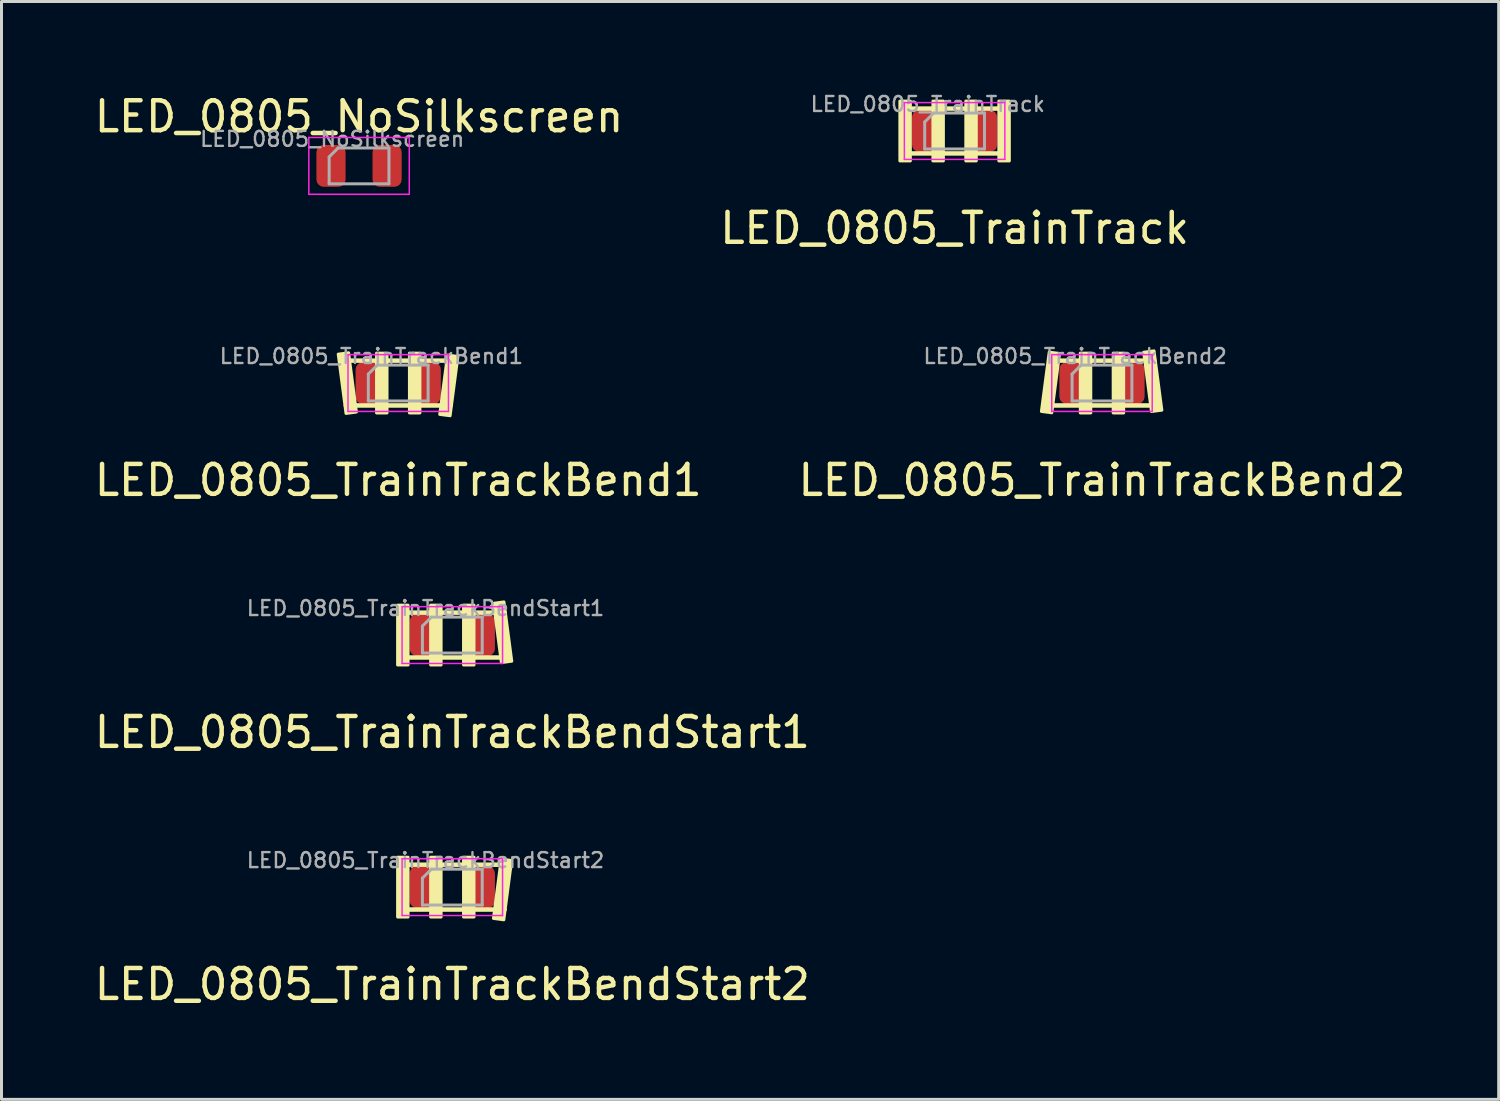
<source format=kicad_pcb>
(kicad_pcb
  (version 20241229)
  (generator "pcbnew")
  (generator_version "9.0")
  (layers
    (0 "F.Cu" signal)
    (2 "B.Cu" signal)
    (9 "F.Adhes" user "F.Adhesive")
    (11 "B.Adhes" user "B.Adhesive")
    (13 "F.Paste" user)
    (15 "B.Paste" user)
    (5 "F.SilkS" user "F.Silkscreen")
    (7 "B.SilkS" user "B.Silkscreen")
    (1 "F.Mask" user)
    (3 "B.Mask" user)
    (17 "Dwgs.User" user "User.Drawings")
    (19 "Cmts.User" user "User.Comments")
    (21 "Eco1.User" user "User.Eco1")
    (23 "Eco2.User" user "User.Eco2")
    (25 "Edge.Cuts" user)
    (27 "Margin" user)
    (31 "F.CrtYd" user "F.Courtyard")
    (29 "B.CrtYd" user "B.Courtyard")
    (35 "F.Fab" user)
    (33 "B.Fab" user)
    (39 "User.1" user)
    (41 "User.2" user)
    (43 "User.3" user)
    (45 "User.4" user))
  (footprint "LED_0805_TrainTrackBend1"
    (layer "F.Cu")
    (at 10.268 9.76)
    (property "Reference" "LED_0805_TrainTrackBend1" (at 0 3.25 0) (layer "F.SilkS") (effects (font (size 1 1) (thickness 0.15))))
    (attr smd)
    (fp_line (start 1.75 -0.75) (end -1.75 -0.75) (stroke (width 0.15) (type default)) (layer "F.SilkS"))
    (fp_line (start 1.75 0.75) (end -1.75 0.75) (stroke (width 0.15) (type default)) (layer "F.SilkS"))
    (fp_rect (start -0.725 -1) (end -0.375 1) (stroke (width 0.1) (type solid)) (fill yes) (layer "F.SilkS"))
    (fp_rect (start 0.375 -1) (end 0.725 1) (stroke (width 0.1) (type solid)) (fill yes) (layer "F.SilkS"))
    (fp_poly (pts (xy -2.007 -0.966) (xy -1.66 -1.012) (xy -1.399 0.971) (xy -1.746 1.017)) (stroke (width 0.1) (type solid)) (fill yes) (layer "F.SilkS"))
    (fp_poly (pts (xy 1.649 -0.934) (xy 1.996 -0.889) (xy 1.735 1.094) (xy 1.388 1.049)) (stroke (width 0.1) (type solid)) (fill yes) (layer "F.SilkS"))
    (fp_line (start -1.68 -0.95) (end 1.68 -0.95) (stroke (width 0.05) (type solid)) (layer "F.CrtYd"))
    (fp_line (start -1.68 0.95) (end -1.68 -0.95) (stroke (width 0.05) (type solid)) (layer "F.CrtYd"))
    (fp_line (start 1.68 -0.95) (end 1.68 0.95) (stroke (width 0.05) (type solid)) (layer "F.CrtYd"))
    (fp_line (start 1.68 0.95) (end -1.68 0.95) (stroke (width 0.05) (type solid)) (layer "F.CrtYd"))
    (fp_line (start -1 -0.3) (end -1 0.6) (stroke (width 0.1) (type solid)) (layer "F.Fab"))
    (fp_line (start -1 0.6) (end 1 0.6) (stroke (width 0.1) (type solid)) (layer "F.Fab"))
    (fp_line (start -0.7 -0.6) (end -1 -0.3) (stroke (width 0.1) (type solid)) (layer "F.Fab"))
    (fp_line (start 1 -0.6) (end -0.7 -0.6) (stroke (width 0.1) (type solid)) (layer "F.Fab"))
    (fp_line (start 1 0.6) (end 1 -0.6) (stroke (width 0.1) (type solid)) (layer "F.Fab"))
    (fp_text user "${REFERENCE}" (at -0.898 -0.898 0) (layer "F.Fab") (effects (font (size 0.5 0.5) (thickness 0.08))))
    (pad "1" smd roundrect (at -0.938 0) (size 0.975 1.4) (layers "F.Cu" "F.Mask" "F.Paste") (roundrect_rratio 0.25))
    (pad "2" smd roundrect (at 0.938 0) (size 0.975 1.4) (layers "F.Cu" "F.Mask" "F.Paste") (roundrect_rratio 0.25)))
  (footprint "LED_0805_TrainTrack"
    (layer "F.Cu")
    (at 28.875 1.331)
    (property "Reference" "LED_0805_TrainTrack" (at 0 3.25 0) (layer "F.SilkS") (effects (font (size 1 1) (thickness 0.15))))
    (attr smd)
    (fp_line (start 1.75 -0.75) (end -1.75 -0.75) (stroke (width 0.15) (type default)) (layer "F.SilkS"))
    (fp_line (start 1.75 0.75) (end -1.75 0.75) (stroke (width 0.15) (type default)) (layer "F.SilkS"))
    (fp_rect (start -1.83 -1) (end -1.48 1) (stroke (width 0.1) (type solid)) (fill yes) (layer "F.SilkS"))
    (fp_rect (start -0.725 -1) (end -0.375 1) (stroke (width 0.1) (type solid)) (fill yes) (layer "F.SilkS"))
    (fp_rect (start 0.375 -1) (end 0.725 1) (stroke (width 0.1) (type solid)) (fill yes) (layer "F.SilkS"))
    (fp_rect (start 1.48 -1) (end 1.83 1) (stroke (width 0.1) (type solid)) (fill yes) (layer "F.SilkS"))
    (fp_line (start -1.68 -0.95) (end 1.68 -0.95) (stroke (width 0.05) (type solid)) (layer "F.CrtYd"))
    (fp_line (start -1.68 0.95) (end -1.68 -0.95) (stroke (width 0.05) (type solid)) (layer "F.CrtYd"))
    (fp_line (start 1.68 -0.95) (end 1.68 0.95) (stroke (width 0.05) (type solid)) (layer "F.CrtYd"))
    (fp_line (start 1.68 0.95) (end -1.68 0.95) (stroke (width 0.05) (type solid)) (layer "F.CrtYd"))
    (fp_line (start -1 -0.3) (end -1 0.6) (stroke (width 0.1) (type solid)) (layer "F.Fab"))
    (fp_line (start -1 0.6) (end 1 0.6) (stroke (width 0.1) (type solid)) (layer "F.Fab"))
    (fp_line (start -0.7 -0.6) (end -1 -0.3) (stroke (width 0.1) (type solid)) (layer "F.Fab"))
    (fp_line (start 1 -0.6) (end -0.7 -0.6) (stroke (width 0.1) (type solid)) (layer "F.Fab"))
    (fp_line (start 1 0.6) (end 1 -0.6) (stroke (width 0.1) (type solid)) (layer "F.Fab"))
    (fp_text user "${REFERENCE}" (at -0.898 -0.898 0) (layer "F.Fab") (effects (font (size 0.5 0.5) (thickness 0.08))))
    (pad "1" smd roundrect (at -0.938 0) (size 0.975 1.4) (layers "F.Cu" "F.Mask" "F.Paste") (roundrect_rratio 0.25))
    (pad "2" smd roundrect (at 0.938 0) (size 0.975 1.4) (layers "F.Cu" "F.Mask" "F.Paste") (roundrect_rratio 0.25)))
  (footprint "LED_0805_TrainTrackBendStart2"
    (layer "F.Cu")
    (at 12.077 26.618)
    (property "Reference" "LED_0805_TrainTrackBendStart2" (at 0 3.25 0) (layer "F.SilkS") (effects (font (size 1 1) (thickness 0.15))))
    (attr smd)
    (fp_line (start 1.75 -0.75) (end -1.75 -0.75) (stroke (width 0.15) (type default)) (layer "F.SilkS"))
    (fp_line (start 1.75 0.75) (end -1.75 0.75) (stroke (width 0.15) (type default)) (layer "F.SilkS"))
    (fp_rect (start -1.83 -1) (end -1.48 1) (stroke (width 0.1) (type solid)) (fill yes) (layer "F.SilkS"))
    (fp_rect (start -0.725 -1) (end -0.375 1) (stroke (width 0.1) (type solid)) (fill yes) (layer "F.SilkS"))
    (fp_rect (start 0.375 -1) (end 0.725 1) (stroke (width 0.1) (type solid)) (fill yes) (layer "F.SilkS"))
    (fp_poly (pts (xy 1.636 -0.936) (xy 1.983 -0.89) (xy 1.722 1.093) (xy 1.375 1.047)) (stroke (width 0.1) (type solid)) (fill yes) (layer "F.SilkS"))
    (fp_line (start -1.68 -0.95) (end 1.68 -0.95) (stroke (width 0.05) (type solid)) (layer "F.CrtYd"))
    (fp_line (start -1.68 0.95) (end -1.68 -0.95) (stroke (width 0.05) (type solid)) (layer "F.CrtYd"))
    (fp_line (start 1.68 -0.95) (end 1.68 0.95) (stroke (width 0.05) (type solid)) (layer "F.CrtYd"))
    (fp_line (start 1.68 0.95) (end -1.68 0.95) (stroke (width 0.05) (type solid)) (layer "F.CrtYd"))
    (fp_line (start -1 -0.3) (end -1 0.6) (stroke (width 0.1) (type solid)) (layer "F.Fab"))
    (fp_line (start -1 0.6) (end 1 0.6) (stroke (width 0.1) (type solid)) (layer "F.Fab"))
    (fp_line (start -0.7 -0.6) (end -1 -0.3) (stroke (width 0.1) (type solid)) (layer "F.Fab"))
    (fp_line (start 1 -0.6) (end -0.7 -0.6) (stroke (width 0.1) (type solid)) (layer "F.Fab"))
    (fp_line (start 1 0.6) (end 1 -0.6) (stroke (width 0.1) (type solid)) (layer "F.Fab"))
    (fp_text user "${REFERENCE}" (at -0.898 -0.898 0) (layer "F.Fab") (effects (font (size 0.5 0.5) (thickness 0.08))))
    (pad "1" smd roundrect (at -0.938 0) (size 0.975 1.4) (layers "F.Cu" "F.Mask" "F.Paste") (roundrect_rratio 0.25))
    (pad "2" smd roundrect (at 0.938 0) (size 0.975 1.4) (layers "F.Cu" "F.Mask" "F.Paste") (roundrect_rratio 0.25)))
  (footprint "LED_0805_TrainTrackBendStart1"
    (layer "F.Cu")
    (at 12.077 18.189)
    (property "Reference" "LED_0805_TrainTrackBendStart1" (at 0 3.25 0) (layer "F.SilkS") (effects (font (size 1 1) (thickness 0.15))))
    (attr smd)
    (fp_line (start 1.75 -0.75) (end -1.75 -0.75) (stroke (width 0.15) (type default)) (layer "F.SilkS"))
    (fp_line (start 1.75 0.75) (end -1.75 0.75) (stroke (width 0.15) (type default)) (layer "F.SilkS"))
    (fp_rect (start -1.83 -1) (end -1.48 1) (stroke (width 0.1) (type solid)) (fill yes) (layer "F.SilkS"))
    (fp_rect (start -0.725 -1) (end -0.375 1) (stroke (width 0.1) (type solid)) (fill yes) (layer "F.SilkS"))
    (fp_rect (start 0.375 -1) (end 0.725 1) (stroke (width 0.1) (type solid)) (fill yes) (layer "F.SilkS"))
    (fp_poly (pts (xy 1.38 -1.063) (xy 1.727 -1.109) (xy 1.988 0.874) (xy 1.641 0.92)) (stroke (width 0.1) (type solid)) (fill yes) (layer "F.SilkS"))
    (fp_line (start -1.68 -0.95) (end 1.68 -0.95) (stroke (width 0.05) (type solid)) (layer "F.CrtYd"))
    (fp_line (start -1.68 0.95) (end -1.68 -0.95) (stroke (width 0.05) (type solid)) (layer "F.CrtYd"))
    (fp_line (start 1.68 -0.95) (end 1.68 0.95) (stroke (width 0.05) (type solid)) (layer "F.CrtYd"))
    (fp_line (start 1.68 0.95) (end -1.68 0.95) (stroke (width 0.05) (type solid)) (layer "F.CrtYd"))
    (fp_line (start -1 -0.3) (end -1 0.6) (stroke (width 0.1) (type solid)) (layer "F.Fab"))
    (fp_line (start -1 0.6) (end 1 0.6) (stroke (width 0.1) (type solid)) (layer "F.Fab"))
    (fp_line (start -0.7 -0.6) (end -1 -0.3) (stroke (width 0.1) (type solid)) (layer "F.Fab"))
    (fp_line (start 1 -0.6) (end -0.7 -0.6) (stroke (width 0.1) (type solid)) (layer "F.Fab"))
    (fp_line (start 1 0.6) (end 1 -0.6) (stroke (width 0.1) (type solid)) (layer "F.Fab"))
    (fp_text user "${REFERENCE}" (at -0.898 -0.898 0) (layer "F.Fab") (effects (font (size 0.5 0.5) (thickness 0.08))))
    (pad "1" smd roundrect (at -0.938 0) (size 0.975 1.4) (layers "F.Cu" "F.Mask" "F.Paste") (roundrect_rratio 0.25))
    (pad "2" smd roundrect (at 0.938 0) (size 0.975 1.4) (layers "F.Cu" "F.Mask" "F.Paste") (roundrect_rratio 0.25)))
  (footprint "LED_0805_TrainTrackBend2"
    (layer "F.Cu")
    (at 33.804 9.76)
    (property "Reference" "LED_0805_TrainTrackBend2" (at 0 3.25 0) (layer "F.SilkS") (effects (font (size 1 1) (thickness 0.15))))
    (attr smd)
    (fp_line (start 1.75 -0.75) (end -1.75 -0.75) (stroke (width 0.15) (type default)) (layer "F.SilkS"))
    (fp_line (start 1.75 0.75) (end -1.75 0.75) (stroke (width 0.15) (type default)) (layer "F.SilkS"))
    (fp_rect (start -0.725 -1) (end -0.375 1) (stroke (width 0.1) (type solid)) (fill yes) (layer "F.SilkS"))
    (fp_rect (start 0.375 -1) (end 0.725 1) (stroke (width 0.1) (type solid)) (fill yes) (layer "F.SilkS"))
    (fp_poly (pts (xy -1.765 -1.033) (xy -1.418 -0.988) (xy -1.679 0.995) (xy -2.026 0.95)) (stroke (width 0.1) (type solid)) (fill yes) (layer "F.SilkS"))
    (fp_poly (pts (xy 1.394 -1.03) (xy 1.741 -1.076) (xy 2.002 0.907) (xy 1.655 0.953)) (stroke (width 0.1) (type solid)) (fill yes) (layer "F.SilkS"))
    (fp_line (start -1.68 -0.95) (end 1.68 -0.95) (stroke (width 0.05) (type solid)) (layer "F.CrtYd"))
    (fp_line (start -1.68 0.95) (end -1.68 -0.95) (stroke (width 0.05) (type solid)) (layer "F.CrtYd"))
    (fp_line (start 1.68 -0.95) (end 1.68 0.95) (stroke (width 0.05) (type solid)) (layer "F.CrtYd"))
    (fp_line (start 1.68 0.95) (end -1.68 0.95) (stroke (width 0.05) (type solid)) (layer "F.CrtYd"))
    (fp_line (start -1 -0.3) (end -1 0.6) (stroke (width 0.1) (type solid)) (layer "F.Fab"))
    (fp_line (start -1 0.6) (end 1 0.6) (stroke (width 0.1) (type solid)) (layer "F.Fab"))
    (fp_line (start -0.7 -0.6) (end -1 -0.3) (stroke (width 0.1) (type solid)) (layer "F.Fab"))
    (fp_line (start 1 -0.6) (end -0.7 -0.6) (stroke (width 0.1) (type solid)) (layer "F.Fab"))
    (fp_line (start 1 0.6) (end 1 -0.6) (stroke (width 0.1) (type solid)) (layer "F.Fab"))
    (fp_text user "${REFERENCE}" (at -0.898 -0.898 0) (layer "F.Fab") (effects (font (size 0.5 0.5) (thickness 0.08))))
    (pad "1" smd roundrect (at -0.938 0) (size 0.975 1.4) (layers "F.Cu" "F.Mask" "F.Paste") (roundrect_rratio 0.25))
    (pad "2" smd roundrect (at 0.938 0) (size 0.975 1.4) (layers "F.Cu" "F.Mask" "F.Paste") (roundrect_rratio 0.25)))
  (footprint "LED_0805_NoSilkscreen"
    (layer "F.Cu")
    (at 8.958 2.498)
    (property "Reference" "LED_0805_NoSilkscreen" (at 0 -1.65 180) (layer "F.SilkS") (effects (font (size 1 1) (thickness 0.15))))
    (attr smd)
    (fp_line (start -1.68 -0.95) (end 1.68 -0.95) (stroke (width 0.05) (type solid)) (layer "F.CrtYd"))
    (fp_line (start -1.68 0.95) (end -1.68 -0.95) (stroke (width 0.05) (type solid)) (layer "F.CrtYd"))
    (fp_line (start 1.68 -0.95) (end 1.68 0.95) (stroke (width 0.05) (type solid)) (layer "F.CrtYd"))
    (fp_line (start 1.68 0.95) (end -1.68 0.95) (stroke (width 0.05) (type solid)) (layer "F.CrtYd"))
    (fp_line (start -1 -0.3) (end -1 0.6) (stroke (width 0.1) (type solid)) (layer "F.Fab"))
    (fp_line (start -1 0.6) (end 1 0.6) (stroke (width 0.1) (type solid)) (layer "F.Fab"))
    (fp_line (start -0.7 -0.6) (end -1 -0.3) (stroke (width 0.1) (type solid)) (layer "F.Fab"))
    (fp_line (start 1 -0.6) (end -0.7 -0.6) (stroke (width 0.1) (type solid)) (layer "F.Fab"))
    (fp_line (start 1 0.6) (end 1 -0.6) (stroke (width 0.1) (type solid)) (layer "F.Fab"))
    (fp_text user "${REFERENCE}" (at -0.898 -0.898 180) (layer "F.Fab") (effects (font (size 0.5 0.5) (thickness 0.08))))
    (pad "1" smd roundrect (at -0.938 0) (size 0.975 1.4) (layers "F.Cu" "F.Mask" "F.Paste") (roundrect_rratio 0.25))
    (pad "2" smd roundrect (at 0.938 0) (size 0.975 1.4) (layers "F.Cu" "F.Mask" "F.Paste") (roundrect_rratio 0.25)))
  (gr_rect
    (start -3 -3)
    (end 47.071 33.717)
    (stroke (width 0.1) (type default))
    (fill no)
    (layer "Edge.Cuts")))
</source>
